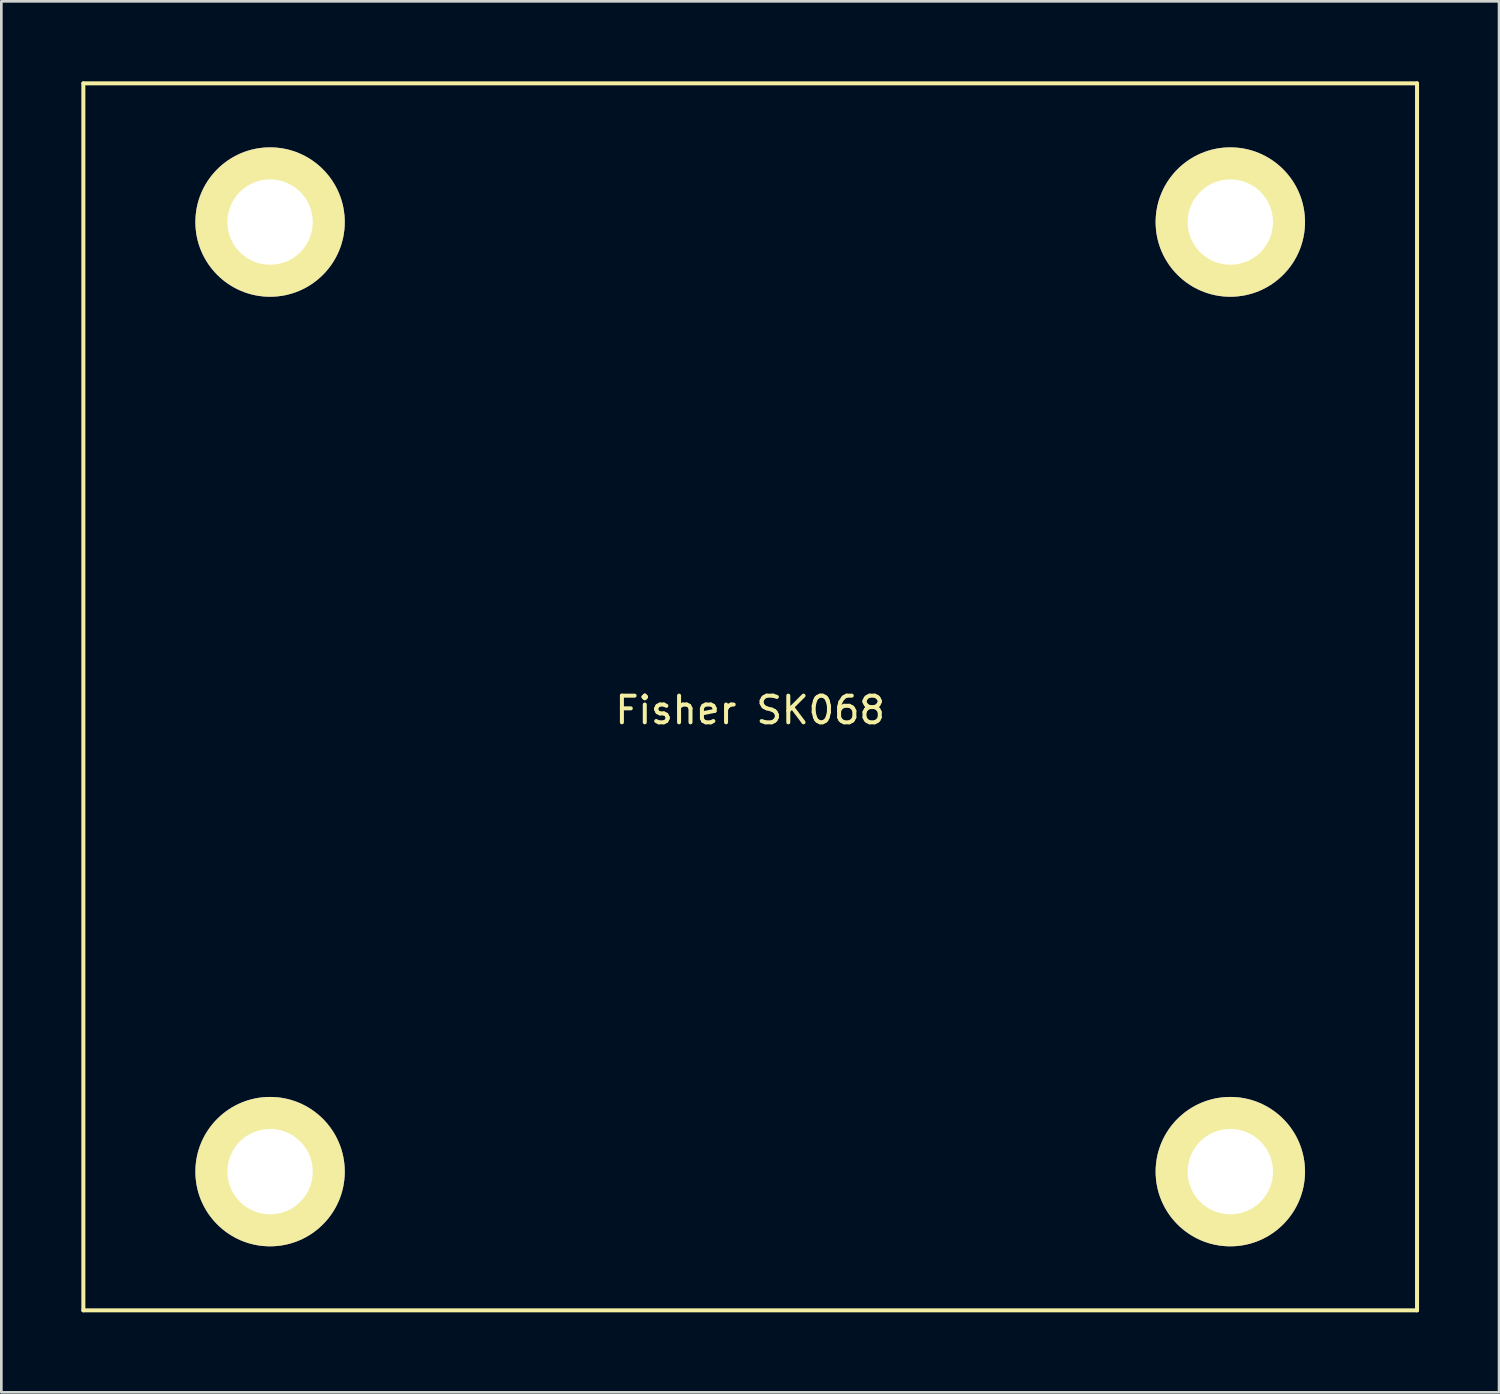
<source format=kicad_pcb>
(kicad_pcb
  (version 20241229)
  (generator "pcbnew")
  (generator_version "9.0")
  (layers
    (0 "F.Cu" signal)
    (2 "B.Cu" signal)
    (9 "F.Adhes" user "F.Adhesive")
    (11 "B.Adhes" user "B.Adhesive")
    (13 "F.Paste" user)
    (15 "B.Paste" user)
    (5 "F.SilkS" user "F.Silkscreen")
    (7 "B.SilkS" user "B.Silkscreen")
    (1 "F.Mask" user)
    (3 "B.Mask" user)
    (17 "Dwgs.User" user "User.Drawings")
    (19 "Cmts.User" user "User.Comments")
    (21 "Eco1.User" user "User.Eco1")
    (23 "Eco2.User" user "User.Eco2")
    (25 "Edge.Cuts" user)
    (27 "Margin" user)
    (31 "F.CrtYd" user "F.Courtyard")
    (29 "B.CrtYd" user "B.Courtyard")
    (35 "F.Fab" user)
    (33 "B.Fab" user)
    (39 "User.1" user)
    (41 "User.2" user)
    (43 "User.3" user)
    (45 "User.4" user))
  (footprint "Fisher SK068"
    (layer "F.Cu")
    (at 25.075 23.075)
    (property "Reference" "Fisher SK068" (at 0 0.5 0) (layer "F.SilkS") (effects (font (size 1 1) (thickness 0.15))))
    (attr through_hole)
    (fp_line (start -25 -23) (end 25 -23) (stroke (width 0.15) (type solid)) (layer "F.SilkS"))
    (fp_line (start -25 23) (end -25 -23) (stroke (width 0.15) (type solid)) (layer "F.SilkS"))
    (fp_line (start 25 -23) (end 25 23) (stroke (width 0.15) (type solid)) (layer "F.SilkS"))
    (fp_line (start 25 23) (end -25 23) (stroke (width 0.15) (type solid)) (layer "F.SilkS"))
    (pad "" np_thru_hole circle (at -18 -17.8) (size 5.6 5.6) (drill 3.2) (layers "*.Cu" "*.Mask" "F.SilkS"))
    (pad "" np_thru_hole circle (at -18 17.8) (size 5.6 5.6) (drill 3.2) (layers "*.Cu" "*.Mask" "F.SilkS"))
    (pad "" np_thru_hole circle (at 18 -17.8) (size 5.6 5.6) (drill 3.2) (layers "*.Cu" "*.Mask" "F.SilkS"))
    (pad "" np_thru_hole circle (at 18 17.8) (size 5.6 5.6) (drill 3.2) (layers "*.Cu" "*.Mask" "F.SilkS")))
  (gr_rect
    (start -3 -3)
    (end 53.15 49.15)
    (stroke (width 0.1) (type default))
    (fill no)
    (layer "Edge.Cuts")))
</source>
